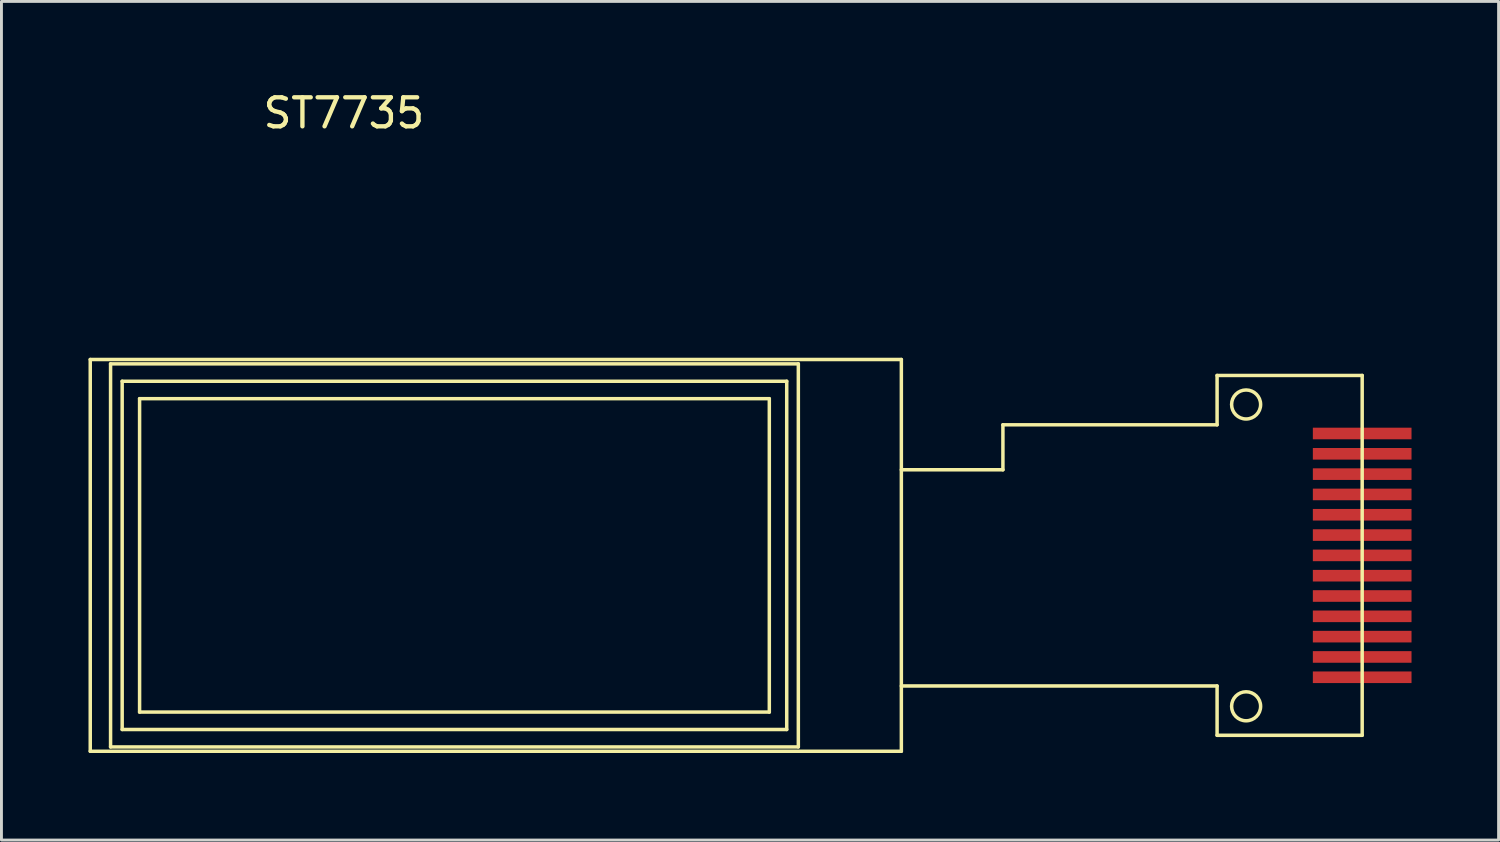
<source format=kicad_pcb>
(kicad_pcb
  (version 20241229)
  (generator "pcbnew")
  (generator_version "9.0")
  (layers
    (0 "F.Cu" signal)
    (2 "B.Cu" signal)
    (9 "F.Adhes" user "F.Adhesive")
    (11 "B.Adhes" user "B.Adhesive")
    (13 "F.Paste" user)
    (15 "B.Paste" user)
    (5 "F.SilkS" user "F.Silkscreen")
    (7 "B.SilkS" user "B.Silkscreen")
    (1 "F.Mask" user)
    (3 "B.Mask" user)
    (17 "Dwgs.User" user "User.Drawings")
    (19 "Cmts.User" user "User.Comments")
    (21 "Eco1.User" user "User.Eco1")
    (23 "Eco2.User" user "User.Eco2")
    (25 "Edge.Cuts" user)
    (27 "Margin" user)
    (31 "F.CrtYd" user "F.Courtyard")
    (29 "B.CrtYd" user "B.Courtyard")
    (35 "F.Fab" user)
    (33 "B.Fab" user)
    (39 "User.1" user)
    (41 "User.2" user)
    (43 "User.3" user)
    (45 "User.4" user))
  (footprint "ST7735"
    (layer "F.Cu")
    (at 12.61 16.088)
    (property "Reference" "ST7735" (at -3.81 -15.24 0) (layer "F.SilkS") (effects (font (size 1 1) (thickness 0.15))))
    (attr through_hole)
    (fp_line (start -12.55 -6.75) (end -12.55 6.75) (stroke (width 0.12) (type solid)) (layer "F.SilkS"))
    (fp_line (start -12.55 -6.75) (end 15.4 -6.75) (stroke (width 0.12) (type solid)) (layer "F.SilkS"))
    (fp_line (start -12.55 6.75) (end 15.4 6.75) (stroke (width 0.12) (type solid)) (layer "F.SilkS"))
    (fp_line (start -11.85 -6.6) (end -11.85 6.6) (stroke (width 0.12) (type solid)) (layer "F.SilkS"))
    (fp_line (start -11.85 -6.6) (end 11.85 -6.6) (stroke (width 0.12) (type solid)) (layer "F.SilkS"))
    (fp_line (start -11.85 6.6) (end 11.85 6.6) (stroke (width 0.12) (type solid)) (layer "F.SilkS"))
    (fp_line (start -11.45 -6) (end -11.45 6) (stroke (width 0.12) (type solid)) (layer "F.SilkS"))
    (fp_line (start -11.45 -6) (end 11.45 -6) (stroke (width 0.12) (type solid)) (layer "F.SilkS"))
    (fp_line (start -11.45 6) (end 11.45 6) (stroke (width 0.12) (type solid)) (layer "F.SilkS"))
    (fp_line (start -10.85 5.4) (end -10.85 -5.4) (stroke (width 0.12) (type solid)) (layer "F.SilkS"))
    (fp_line (start -10.85 5.4) (end 10.85 5.4) (stroke (width 0.12) (type solid)) (layer "F.SilkS"))
    (fp_line (start 10.85 -5.4) (end -10.85 -5.4) (stroke (width 0.12) (type solid)) (layer "F.SilkS"))
    (fp_line (start 10.85 -5.4) (end 10.85 5.4) (stroke (width 0.12) (type solid)) (layer "F.SilkS"))
    (fp_line (start 11.45 6) (end 11.45 -6) (stroke (width 0.12) (type solid)) (layer "F.SilkS"))
    (fp_line (start 11.85 6.6) (end 11.85 -6.6) (stroke (width 0.12) (type solid)) (layer "F.SilkS"))
    (fp_line (start 15.4 4.5) (end 26.28 4.5) (stroke (width 0.12) (type solid)) (layer "F.SilkS"))
    (fp_line (start 15.4 6.75) (end 15.4 -6.75) (stroke (width 0.12) (type solid)) (layer "F.SilkS"))
    (fp_line (start 18.9 -4.5) (end 18.9 -2.95) (stroke (width 0.12) (type solid)) (layer "F.SilkS"))
    (fp_line (start 18.9 -4.5) (end 26.28 -4.5) (stroke (width 0.12) (type solid)) (layer "F.SilkS"))
    (fp_line (start 18.9 -2.95) (end 15.4 -2.95) (stroke (width 0.12) (type solid)) (layer "F.SilkS"))
    (fp_line (start 26.28 -6.2) (end 26.28 -4.5) (stroke (width 0.12) (type solid)) (layer "F.SilkS"))
    (fp_line (start 26.28 4.5) (end 26.28 6.2) (stroke (width 0.12) (type solid)) (layer "F.SilkS"))
    (fp_line (start 31.28 -6.2) (end 26.28 -6.2) (stroke (width 0.12) (type solid)) (layer "F.SilkS"))
    (fp_line (start 31.28 -6.2) (end 31.28 6.2) (stroke (width 0.12) (type solid)) (layer "F.SilkS"))
    (fp_line (start 31.28 6.2) (end 26.28 6.2) (stroke (width 0.12) (type solid)) (layer "F.SilkS"))
    (fp_circle (center 27.28 -5.2) (end 27.78 -5.2) (stroke (width 0.12) (type solid)) (fill no) (layer "F.SilkS"))
    (fp_circle (center 27.28 5.2) (end 27.78 5.2) (stroke (width 0.12) (type solid)) (fill no) (layer "F.SilkS"))
    (pad "1" smd rect (at 31.28 -4.2) (size 3.4 0.4) (layers "F.Cu" "F.Mask" "F.Paste"))
    (pad "2" smd rect (at 31.28 -3.5) (size 3.4 0.4) (layers "F.Cu" "F.Mask" "F.Paste"))
    (pad "3" smd rect (at 31.28 -2.8) (size 3.4 0.4) (layers "F.Cu" "F.Mask" "F.Paste"))
    (pad "4" smd rect (at 31.28 -2.1) (size 3.4 0.4) (layers "F.Cu" "F.Mask" "F.Paste"))
    (pad "5" smd rect (at 31.28 -1.4) (size 3.4 0.4) (layers "F.Cu" "F.Mask" "F.Paste"))
    (pad "6" smd rect (at 31.28 -0.7) (size 3.4 0.4) (layers "F.Cu" "F.Mask" "F.Paste"))
    (pad "7" smd rect (at 31.28 0) (size 3.4 0.4) (layers "F.Cu" "F.Mask" "F.Paste"))
    (pad "8" smd rect (at 31.28 0.7) (size 3.4 0.4) (layers "F.Cu" "F.Mask" "F.Paste"))
    (pad "9" smd rect (at 31.28 1.4) (size 3.4 0.4) (layers "F.Cu" "F.Mask" "F.Paste"))
    (pad "10" smd rect (at 31.28 2.1) (size 3.4 0.4) (layers "F.Cu" "F.Mask" "F.Paste"))
    (pad "11" smd rect (at 31.28 2.8) (size 3.4 0.4) (layers "F.Cu" "F.Mask" "F.Paste"))
    (pad "12" smd rect (at 31.28 3.5) (size 3.4 0.4) (layers "F.Cu" "F.Mask" "F.Paste"))
    (pad "13" smd rect (at 31.28 4.2) (size 3.4 0.4) (layers "F.Cu" "F.Mask" "F.Paste")))
  (gr_rect
    (start -3 -3)
    (end 48.59 25.898)
    (stroke (width 0.1) (type default))
    (fill no)
    (layer "Edge.Cuts")))
</source>
